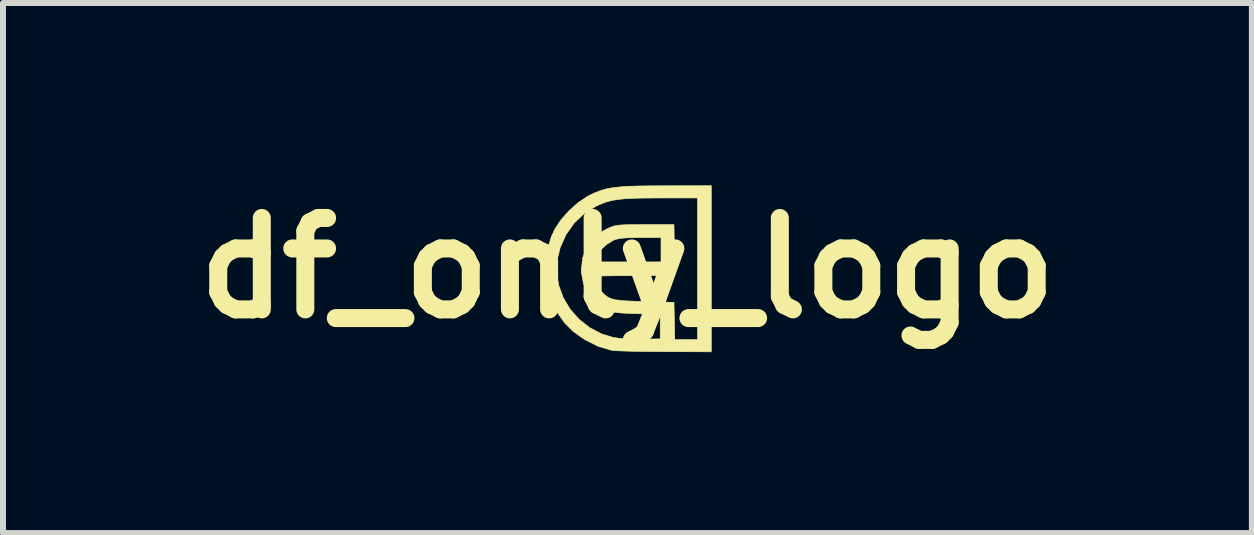
<source format=kicad_pcb>
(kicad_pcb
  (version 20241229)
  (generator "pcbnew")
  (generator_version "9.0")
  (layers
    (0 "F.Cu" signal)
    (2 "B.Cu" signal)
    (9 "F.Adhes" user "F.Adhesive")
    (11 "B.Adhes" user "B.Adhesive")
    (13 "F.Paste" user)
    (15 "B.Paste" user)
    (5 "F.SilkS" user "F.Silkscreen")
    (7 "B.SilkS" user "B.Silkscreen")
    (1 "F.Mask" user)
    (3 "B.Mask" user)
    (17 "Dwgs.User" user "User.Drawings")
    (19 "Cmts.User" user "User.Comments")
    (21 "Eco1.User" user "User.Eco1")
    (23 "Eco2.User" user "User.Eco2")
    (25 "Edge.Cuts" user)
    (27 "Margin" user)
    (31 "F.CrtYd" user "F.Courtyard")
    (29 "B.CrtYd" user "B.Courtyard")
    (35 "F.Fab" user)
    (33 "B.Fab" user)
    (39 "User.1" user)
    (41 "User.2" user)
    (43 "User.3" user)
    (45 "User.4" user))
  (footprint "df_only_logo"
    (layer "F.Cu")
    (at 7.41 1.418)
    (property "Reference" "df_only_logo" (at 0 0 0) (layer "F.SilkS") (effects (font (size 1.524 1.524) (thickness 0.3))))
    (attr through_hole)
    (fp_poly (pts (xy 1.397 1.397) (xy 0.616 1.394) (xy 0.417 1.393) (xy 0.229 1.39) (xy 0.061 1.387) (xy -0.08 1.383) (xy -0.188 1.378) (xy -0.254 1.373) (xy -0.267 1.371) (xy -0.493 1.303) (xy -0.712 1.194) (xy -0.909 1.053) (xy -1.046 0.917) (xy -1.192 0.709) (xy -1.295 0.479) (xy -1.356 0.234) (xy -1.367 0.068) (xy -1.181 0.068) (xy -1.147 0.286) (xy -1.071 0.494) (xy -0.957 0.685) (xy -0.809 0.853) (xy -0.632 0.993) (xy -0.429 1.099) (xy -0.244 1.156) (xy -0.14 1.172) (xy -0.000105 1.182) (xy 0.16 1.186) (xy 0.229 1.186) (xy 0.546 1.181) (xy 0.546 0.775) (xy 0.152 0.761) (xy -0.000455 0.755) (xy -0.113 0.749) (xy -0.195 0.74) (xy -0.257 0.728) (xy -0.309 0.71) (xy -0.361 0.685) (xy -0.371 0.68) (xy -0.531 0.57) (xy -0.653 0.428) (xy -0.733 0.261) (xy -0.768 0.072) (xy -0.769 0.024) (xy -0.754 -0.102) (xy -0.558 -0.102) (xy 0.559 -0.102) (xy 0.559 -0.508) (xy 0.21 -0.507) (xy 0.059 -0.506) (xy -0.052 -0.501) (xy -0.133 -0.492) (xy -0.194 -0.478) (xy -0.241 -0.46) (xy -0.345 -0.395) (xy -0.44 -0.308) (xy -0.511 -0.214) (xy -0.531 -0.171) (xy -0.558 -0.102) (xy -0.754 -0.102) (xy -0.746 -0.171) (xy -0.677 -0.345) (xy -0.566 -0.493) (xy -0.414 -0.613) (xy -0.33 -0.658) (xy -0.279 -0.681) (xy -0.232 -0.698) (xy -0.181 -0.709) (xy -0.115 -0.717) (xy -0.028 -0.721) (xy 0.091 -0.723) (xy 0.25 -0.724) (xy 0.292 -0.724) (xy 0.775 -0.724) (xy 0.789 0.127) (xy 0.115 0.127) (xy -0.064 0.127) (xy -0.225 0.129) (xy -0.362 0.131) (xy -0.467 0.134) (xy -0.535 0.137) (xy -0.559 0.141) (xy -0.546 0.188) (xy -0.514 0.258) (xy -0.474 0.332) (xy -0.433 0.392) (xy -0.424 0.402) (xy -0.378 0.449) (xy -0.33 0.484) (xy -0.275 0.51) (xy -0.204 0.529) (xy -0.11 0.541) (xy 0.017 0.55) (xy 0.182 0.556) (xy 0.279 0.559) (xy 0.775 0.572) (xy 0.782 0.883) (xy 0.789 1.194) (xy 1.168 1.194) (xy 1.168 -1.168) (xy 0.565 -1.168) (xy 0.331 -1.167) (xy 0.141 -1.164) (xy -0.014 -1.157) (xy -0.14 -1.145) (xy -0.246 -1.129) (xy -0.337 -1.106) (xy -0.423 -1.076) (xy -0.51 -1.037) (xy -0.519 -1.033) (xy -0.719 -0.91) (xy -0.889 -0.749) (xy -1.025 -0.556) (xy -1.122 -0.338) (xy -1.168 -0.154) (xy -1.181 0.068) (xy -1.367 0.068) (xy -1.372 -0.019) (xy -1.344 -0.271) (xy -1.271 -0.517) (xy -1.211 -0.648) (xy -1.111 -0.8) (xy -0.978 -0.951) (xy -0.826 -1.087) (xy -0.671 -1.192) (xy -0.63 -1.214) (xy -0.54 -1.256) (xy -0.454 -1.289) (xy -0.365 -1.316) (xy -0.266 -1.336) (xy -0.151 -1.35) (xy -0.012 -1.361) (xy 0.156 -1.367) (xy 0.361 -1.37) (xy 0.61 -1.371) (xy 0.641 -1.371) (xy 1.397 -1.372) (xy 1.397 1.397)) (stroke (width 0.01) (type solid)) (fill yes) (layer "F.SilkS")))
  (gr_rect
    (start -3 -3)
    (end 17.819 5.836)
    (stroke (width 0.1) (type default))
    (fill no)
    (layer "Edge.Cuts")))
</source>
